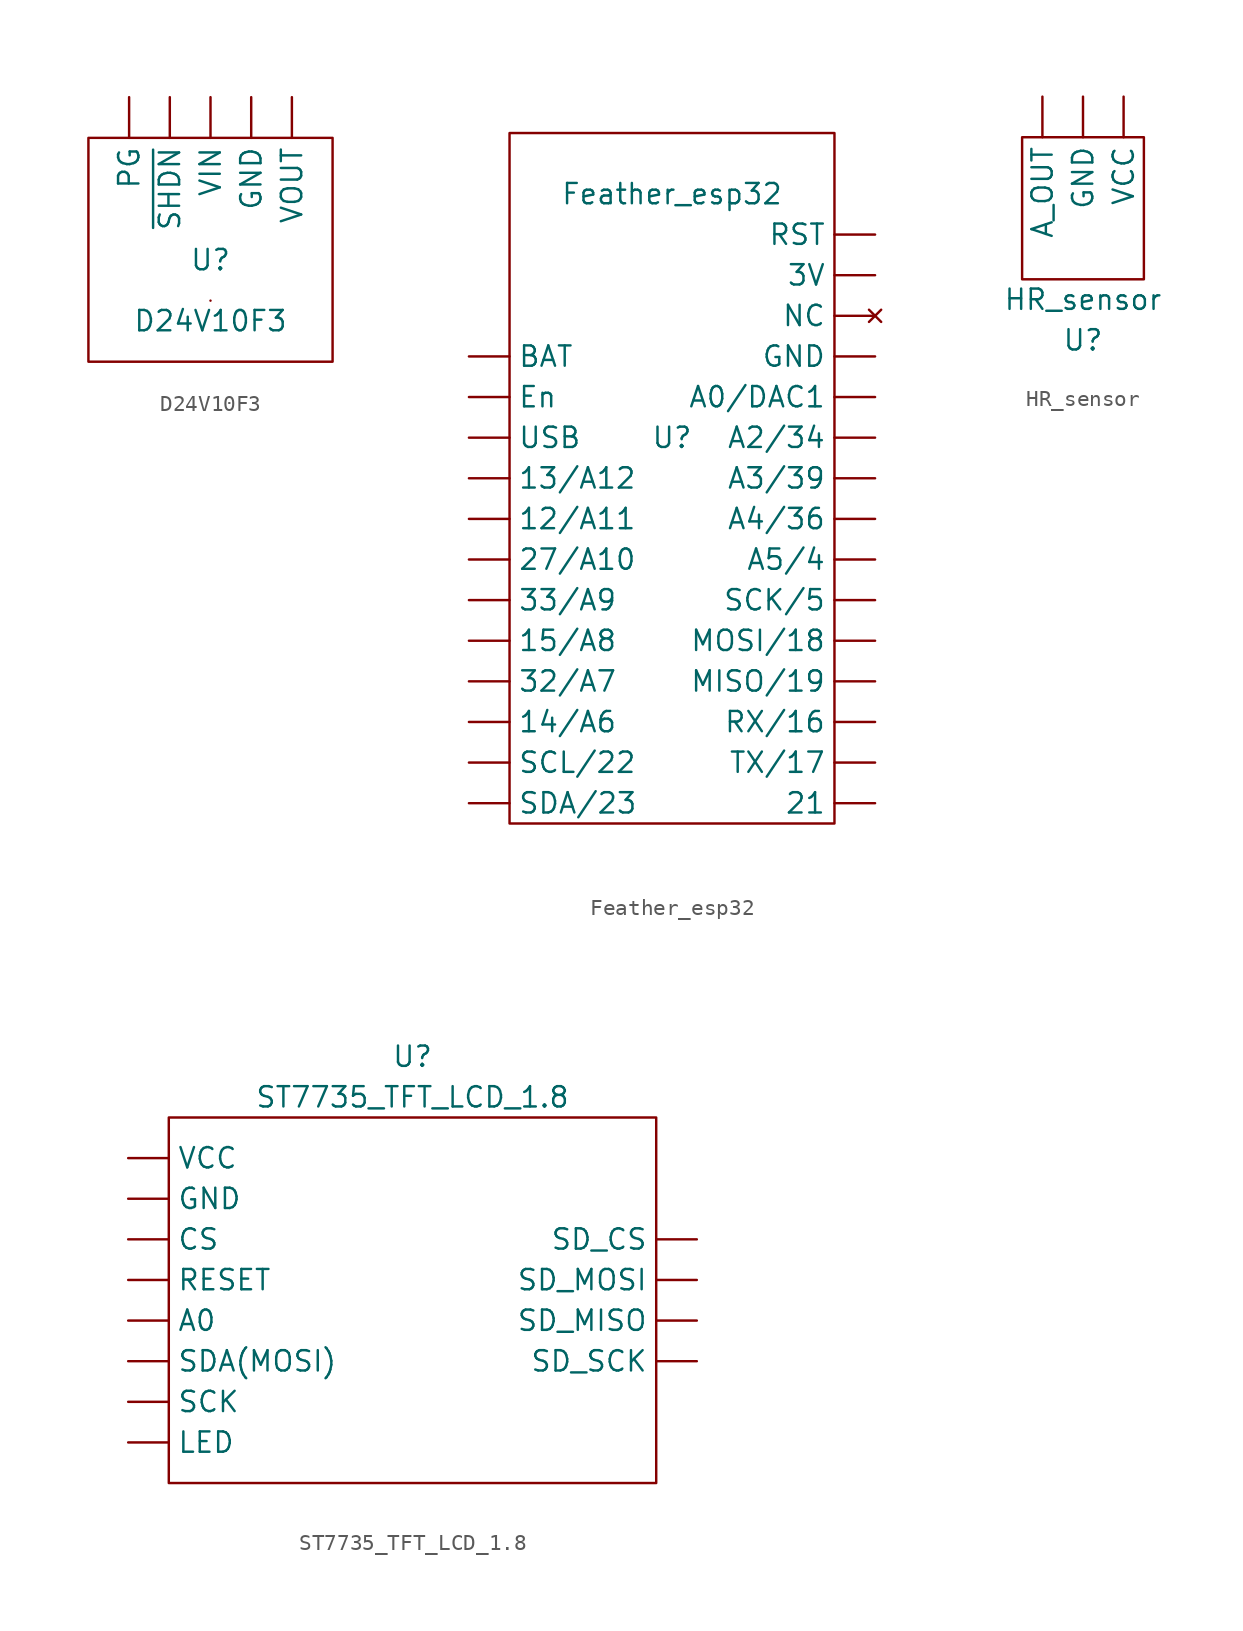
<source format=kicad_sym>
(kicad_symbol_lib
  (version 20211014)
  (generator kicad_symbol_editor)
  (symbol "D24V10F3"
    (property "Reference" "U"
      (at 0 0 0)
      (effects (font (size 1.27 1.27))))
    (property "Value" "D24V10F3"
      (at 0 -3.81 0)
      (effects (font (size 1.27 1.27))))
    (symbol "D24V10F3_0_1"
      (rectangle (start -7.62 7.62) (end 7.62 -6.35) (stroke (width 0) (type default) (color 0 0 0 0)) (fill (type none)))
      (rectangle (start 0 -2.54) (end 0 -2.54) (stroke (width 0) (type default) (color 0 0 0 0)) (fill (type none))))
    (symbol "D24V10F3_1_1"
      (pin power_in line (at 2.54 10.16 270) (length 2.54) (name "GND" (effects (font (size 1.27 1.27)))) (number "" (effects (font (size 1.27 1.27)))))
      (pin output line (at -5.08 10.16 270) (length 2.54) (name "PG" (effects (font (size 1.27 1.27)))) (number "" (effects (font (size 1.27 1.27)))))
      (pin power_in line (at 0 10.16 270) (length 2.54) (name "VIN" (effects (font (size 1.27 1.27)))) (number "" (effects (font (size 1.27 1.27)))))
      (pin power_out line (at 5.08 10.16 270) (length 2.54) (name "VOUT" (effects (font (size 1.27 1.27)))) (number "" (effects (font (size 1.27 1.27)))))
      (pin input line (at -2.54 10.16 270) (length 2.54) (name "~{SHDN}" (effects (font (size 1.27 1.27)))) (number "" (effects (font (size 1.27 1.27)))))))
  (symbol "Feather_esp32"
    (property "Reference" "U"
      (at 0 0 0)
      (effects (font (size 1.27 1.27))))
    (property "Value" "Feather_esp32"
      (at 0 15.24 0)
      (effects (font (size 1.27 1.27))))
    (symbol "Feather_esp32_0_1"
      (rectangle (start -10.16 19.05) (end 10.16 -24.13) (stroke (width 0) (type default) (color 0 0 0 0)) (fill (type none))))
    (symbol "Feather_esp32_1_1"
      (pin bidirectional line (at -12.7 -5.08 0) (length 2.54) (name "12/A11" (effects (font (size 1.27 1.27)))) (number "" (effects (font (size 1.27 1.27)))))
      (pin bidirectional line (at -12.7 -2.54 0) (length 2.54) (name "13/A12" (effects (font (size 1.27 1.27)))) (number "" (effects (font (size 1.27 1.27)))))
      (pin bidirectional line (at -12.7 -17.78 0) (length 2.54) (name "14/A6" (effects (font (size 1.27 1.27)))) (number "" (effects (font (size 1.27 1.27)))))
      (pin bidirectional line (at -12.7 -12.7 0) (length 2.54) (name "15/A8" (effects (font (size 1.27 1.27)))) (number "" (effects (font (size 1.27 1.27)))))
      (pin bidirectional line (at 12.7 -22.86 180) (length 2.54) (name "21" (effects (font (size 1.27 1.27)))) (number "" (effects (font (size 1.27 1.27)))))
      (pin bidirectional line (at -12.7 -7.62 0) (length 2.54) (name "27/A10" (effects (font (size 1.27 1.27)))) (number "" (effects (font (size 1.27 1.27)))))
      (pin bidirectional line (at -12.7 -15.24 0) (length 2.54) (name "32/A7" (effects (font (size 1.27 1.27)))) (number "" (effects (font (size 1.27 1.27)))))
      (pin bidirectional line (at -12.7 -10.16 0) (length 2.54) (name "33/A9" (effects (font (size 1.27 1.27)))) (number "" (effects (font (size 1.27 1.27)))))
      (pin power_out line (at 12.7 10.16 180) (length 2.54) (name "3V" (effects (font (size 1.27 1.27)))) (number "" (effects (font (size 1.27 1.27)))))
      (pin bidirectional line (at 12.7 2.54 180) (length 2.54) (name "A0/DAC1" (effects (font (size 1.27 1.27)))) (number "" (effects (font (size 1.27 1.27)))))
      (pin bidirectional line (at 12.7 0 180) (length 2.54) (name "A2/34" (effects (font (size 1.27 1.27)))) (number "" (effects (font (size 1.27 1.27)))))
      (pin bidirectional line (at 12.7 -2.54 180) (length 2.54) (name "A3/39" (effects (font (size 1.27 1.27)))) (number "" (effects (font (size 1.27 1.27)))))
      (pin bidirectional line (at 12.7 -5.08 180) (length 2.54) (name "A4/36" (effects (font (size 1.27 1.27)))) (number "" (effects (font (size 1.27 1.27)))))
      (pin bidirectional line (at 12.7 -7.62 180) (length 2.54) (name "A5/4" (effects (font (size 1.27 1.27)))) (number "" (effects (font (size 1.27 1.27)))))
      (pin input line (at -12.7 5.08 0) (length 2.54) (name "BAT" (effects (font (size 1.27 1.27)))) (number "" (effects (font (size 1.27 1.27)))))
      (pin input line (at -12.7 2.54 0) (length 2.54) (name "En" (effects (font (size 1.27 1.27)))) (number "" (effects (font (size 1.27 1.27)))))
      (pin power_in line (at 12.7 5.08 180) (length 2.54) (name "GND" (effects (font (size 1.27 1.27)))) (number "" (effects (font (size 1.27 1.27)))))
      (pin bidirectional line (at 12.7 -15.24 180) (length 2.54) (name "MISO/19" (effects (font (size 1.27 1.27)))) (number "" (effects (font (size 1.27 1.27)))))
      (pin bidirectional line (at 12.7 -12.7 180) (length 2.54) (name "MOSI/18" (effects (font (size 1.27 1.27)))) (number "" (effects (font (size 1.27 1.27)))))
      (pin no_connect line (at 12.7 7.62 180) (length 2.54) (name "NC" (effects (font (size 1.27 1.27)))) (number "" (effects (font (size 1.27 1.27)))))
      (pin input line (at 12.7 12.7 180) (length 2.54) (name "RST" (effects (font (size 1.27 1.27)))) (number "" (effects (font (size 1.27 1.27)))))
      (pin bidirectional line (at 12.7 -17.78 180) (length 2.54) (name "RX/16" (effects (font (size 1.27 1.27)))) (number "" (effects (font (size 1.27 1.27)))))
      (pin bidirectional line (at 12.7 -10.16 180) (length 2.54) (name "SCK/5" (effects (font (size 1.27 1.27)))) (number "" (effects (font (size 1.27 1.27)))))
      (pin bidirectional line (at -12.7 -20.32 0) (length 2.54) (name "SCL/22" (effects (font (size 1.27 1.27)))) (number "" (effects (font (size 1.27 1.27)))))
      (pin bidirectional line (at -12.7 -22.86 0) (length 2.54) (name "SDA/23" (effects (font (size 1.27 1.27)))) (number "" (effects (font (size 1.27 1.27)))))
      (pin bidirectional line (at 12.7 -20.32 180) (length 2.54) (name "TX/17" (effects (font (size 1.27 1.27)))) (number "" (effects (font (size 1.27 1.27)))))
      (pin input line (at -12.7 0 0) (length 2.54) (name "USB" (effects (font (size 1.27 1.27)))) (number "" (effects (font (size 1.27 1.27)))))))
  (symbol "HR_sensor"
    (property "Reference" "U"
      (at 0 -6.35 0)
      (effects (font (size 1.27 1.27))))
    (property "Value" "HR_sensor"
      (at 0 -3.81 0)
      (effects (font (size 1.27 1.27))))
    (symbol "HR_sensor_0_1"
      (rectangle (start -3.81 6.35) (end 3.81 -2.54) (stroke (width 0) (type default) (color 0 0 0 0)) (fill (type none))))
    (symbol "HR_sensor_1_1"
      (pin input line (at -2.54 8.89 270) (length 2.54) (name "A_OUT" (effects (font (size 1.27 1.27)))) (number "" (effects (font (size 1.27 1.27)))))
      (pin input line (at 0 8.89 270) (length 2.54) (name "GND" (effects (font (size 1.27 1.27)))) (number "" (effects (font (size 1.27 1.27)))))
      (pin input line (at 2.54 8.89 270) (length 2.54) (name "VCC" (effects (font (size 1.27 1.27)))) (number "" (effects (font (size 1.27 1.27)))))))
  (symbol "ST7735_TFT_LCD_1.8"
    (property "Reference" "U"
      (at 0 15.24 0)
      (effects (font (size 1.27 1.27))))
    (property "Value" "ST7735_TFT_LCD_1.8"
      (at 0 12.7 0)
      (effects (font (size 1.27 1.27))))
    (symbol "ST7735_TFT_LCD_1.8_0_1"
      (rectangle (start -15.24 11.43) (end 15.24 -11.43) (stroke (width 0) (type default) (color 0 0 0 0)) (fill (type none))))
    (symbol "ST7735_TFT_LCD_1.8_1_1"
      (pin input line (at -17.78 -1.27 0) (length 2.54) (name "A0" (effects (font (size 1.27 1.27)))) (number "" (effects (font (size 1.27 1.27)))))
      (pin input line (at -17.78 3.81 0) (length 2.54) (name "CS" (effects (font (size 1.27 1.27)))) (number "" (effects (font (size 1.27 1.27)))))
      (pin power_in line (at -17.78 6.35 0) (length 2.54) (name "GND" (effects (font (size 1.27 1.27)))) (number "" (effects (font (size 1.27 1.27)))))
      (pin input line (at -17.78 -8.89 0) (length 2.54) (name "LED" (effects (font (size 1.27 1.27)))) (number "" (effects (font (size 1.27 1.27)))))
      (pin input line (at -17.78 1.27 0) (length 2.54) (name "RESET" (effects (font (size 1.27 1.27)))) (number "" (effects (font (size 1.27 1.27)))))
      (pin input line (at -17.78 -6.35 0) (length 2.54) (name "SCK" (effects (font (size 1.27 1.27)))) (number "" (effects (font (size 1.27 1.27)))))
      (pin input line (at -17.78 -3.81 0) (length 2.54) (name "SDA(MOSI)" (effects (font (size 1.27 1.27)))) (number "" (effects (font (size 1.27 1.27)))))
      (pin input line (at 17.78 3.81 180) (length 2.54) (name "SD_CS" (effects (font (size 1.27 1.27)))) (number "" (effects (font (size 1.27 1.27)))))
      (pin input line (at 17.78 -1.27 180) (length 2.54) (name "SD_MISO" (effects (font (size 1.27 1.27)))) (number "" (effects (font (size 1.27 1.27)))))
      (pin input line (at 17.78 1.27 180) (length 2.54) (name "SD_MOSI" (effects (font (size 1.27 1.27)))) (number "" (effects (font (size 1.27 1.27)))))
      (pin input line (at 17.78 -3.81 180) (length 2.54) (name "SD_SCK" (effects (font (size 1.27 1.27)))) (number "" (effects (font (size 1.27 1.27)))))
      (pin power_in line (at -17.78 8.89 0) (length 2.54) (name "VCC" (effects (font (size 1.27 1.27)))) (number "" (effects (font (size 1.27 1.27))))))))
</source>
